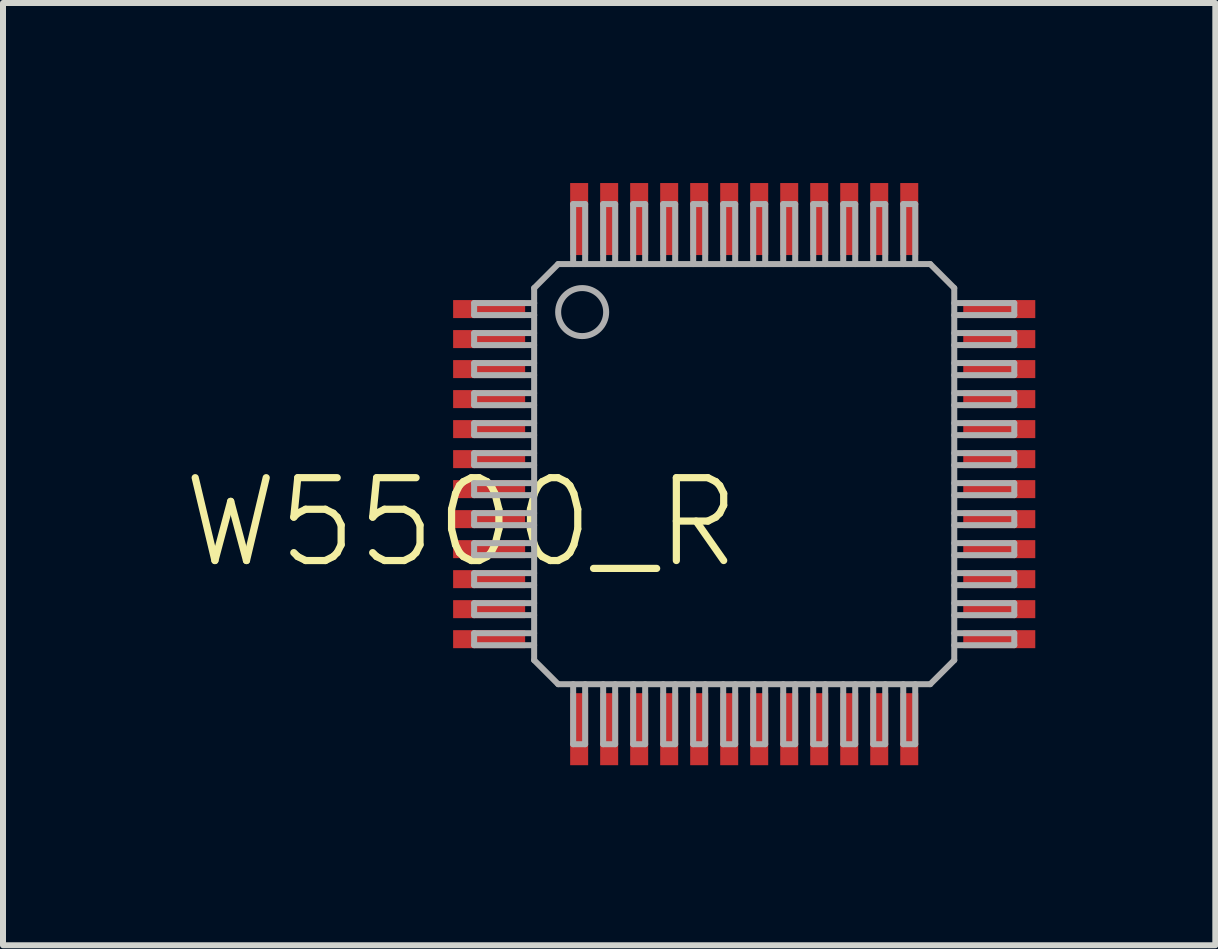
<source format=kicad_pcb>
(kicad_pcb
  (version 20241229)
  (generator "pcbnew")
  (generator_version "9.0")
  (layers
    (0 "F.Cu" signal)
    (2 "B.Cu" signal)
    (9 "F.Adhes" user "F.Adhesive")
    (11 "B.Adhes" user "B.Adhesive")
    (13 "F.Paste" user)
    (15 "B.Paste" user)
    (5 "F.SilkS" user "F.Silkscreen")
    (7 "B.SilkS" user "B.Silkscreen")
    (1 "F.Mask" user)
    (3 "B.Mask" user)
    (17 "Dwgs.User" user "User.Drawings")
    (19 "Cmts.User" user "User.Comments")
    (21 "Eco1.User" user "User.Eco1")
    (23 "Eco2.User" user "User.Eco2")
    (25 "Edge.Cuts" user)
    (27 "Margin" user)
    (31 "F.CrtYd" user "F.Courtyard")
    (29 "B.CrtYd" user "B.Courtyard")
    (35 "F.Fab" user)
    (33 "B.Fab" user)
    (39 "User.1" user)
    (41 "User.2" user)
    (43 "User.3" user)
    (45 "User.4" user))
  (footprint "W5500_R"
    (layer "F.Cu")
    (at 9.35 4.85)
    (property "Reference" "W5500_R" (at 0 0 0) (unlocked yes) (layer "F.SilkS") (effects (font (size 1.38 1.38) (thickness 0.12)) (justify right top)))
    (fp_line (start -4.5 -2.85) (end -4.5 -2.65) (stroke (width 0.1) (type solid)) (layer "F.Fab"))
    (fp_line (start -4.5 -2.65) (end -3.5 -2.65) (stroke (width 0.1) (type solid)) (layer "F.Fab"))
    (fp_line (start -4.5 -2.35) (end -4.5 -2.15) (stroke (width 0.1) (type solid)) (layer "F.Fab"))
    (fp_line (start -4.5 -2.15) (end -3.5 -2.15) (stroke (width 0.1) (type solid)) (layer "F.Fab"))
    (fp_line (start -4.5 -1.85) (end -4.5 -1.65) (stroke (width 0.1) (type solid)) (layer "F.Fab"))
    (fp_line (start -4.5 -1.65) (end -3.5 -1.65) (stroke (width 0.1) (type solid)) (layer "F.Fab"))
    (fp_line (start -4.5 -1.35) (end -4.5 -1.15) (stroke (width 0.1) (type solid)) (layer "F.Fab"))
    (fp_line (start -4.5 -1.15) (end -3.5 -1.15) (stroke (width 0.1) (type solid)) (layer "F.Fab"))
    (fp_line (start -4.5 -0.85) (end -4.5 -0.65) (stroke (width 0.1) (type solid)) (layer "F.Fab"))
    (fp_line (start -4.5 -0.65) (end -3.5 -0.65) (stroke (width 0.1) (type solid)) (layer "F.Fab"))
    (fp_line (start -4.5 -0.35) (end -4.5 -0.15) (stroke (width 0.1) (type solid)) (layer "F.Fab"))
    (fp_line (start -4.5 -0.15) (end -3.5 -0.15) (stroke (width 0.1) (type solid)) (layer "F.Fab"))
    (fp_line (start -4.5 0.15) (end -4.5 0.35) (stroke (width 0.1) (type solid)) (layer "F.Fab"))
    (fp_line (start -4.5 0.35) (end -3.5 0.35) (stroke (width 0.1) (type solid)) (layer "F.Fab"))
    (fp_line (start -4.5 0.65) (end -4.5 0.85) (stroke (width 0.1) (type solid)) (layer "F.Fab"))
    (fp_line (start -4.5 0.85) (end -3.5 0.85) (stroke (width 0.1) (type solid)) (layer "F.Fab"))
    (fp_line (start -4.5 1.15) (end -4.5 1.35) (stroke (width 0.1) (type solid)) (layer "F.Fab"))
    (fp_line (start -4.5 1.35) (end -3.5 1.35) (stroke (width 0.1) (type solid)) (layer "F.Fab"))
    (fp_line (start -4.5 1.65) (end -4.5 1.85) (stroke (width 0.1) (type solid)) (layer "F.Fab"))
    (fp_line (start -4.5 1.85) (end -3.5 1.85) (stroke (width 0.1) (type solid)) (layer "F.Fab"))
    (fp_line (start -4.5 2.15) (end -4.5 2.35) (stroke (width 0.1) (type solid)) (layer "F.Fab"))
    (fp_line (start -4.5 2.35) (end -3.5 2.35) (stroke (width 0.1) (type solid)) (layer "F.Fab"))
    (fp_line (start -4.5 2.65) (end -4.5 2.85) (stroke (width 0.1) (type solid)) (layer "F.Fab"))
    (fp_line (start -4.5 2.85) (end -3.5 2.85) (stroke (width 0.1) (type solid)) (layer "F.Fab"))
    (fp_line (start -3.5 -3.1) (end -3.1 -3.5) (stroke (width 0.1) (type solid)) (layer "F.Fab"))
    (fp_line (start -3.5 -2.85) (end -4.5 -2.85) (stroke (width 0.1) (type solid)) (layer "F.Fab"))
    (fp_line (start -3.5 -2.85) (end -3.5 -3.1) (stroke (width 0.1) (type solid)) (layer "F.Fab"))
    (fp_line (start -3.5 -2.65) (end -3.5 -2.85) (stroke (width 0.1) (type solid)) (layer "F.Fab"))
    (fp_line (start -3.5 -2.35) (end -4.5 -2.35) (stroke (width 0.1) (type solid)) (layer "F.Fab"))
    (fp_line (start -3.5 -1.85) (end -4.5 -1.85) (stroke (width 0.1) (type solid)) (layer "F.Fab"))
    (fp_line (start -3.5 -1.35) (end -4.5 -1.35) (stroke (width 0.1) (type solid)) (layer "F.Fab"))
    (fp_line (start -3.5 -0.85) (end -4.5 -0.85) (stroke (width 0.1) (type solid)) (layer "F.Fab"))
    (fp_line (start -3.5 -0.35) (end -4.5 -0.35) (stroke (width 0.1) (type solid)) (layer "F.Fab"))
    (fp_line (start -3.5 0.15) (end -4.5 0.15) (stroke (width 0.1) (type solid)) (layer "F.Fab"))
    (fp_line (start -3.5 0.65) (end -4.5 0.65) (stroke (width 0.1) (type solid)) (layer "F.Fab"))
    (fp_line (start -3.5 1.15) (end -4.5 1.15) (stroke (width 0.1) (type solid)) (layer "F.Fab"))
    (fp_line (start -3.5 1.65) (end -4.5 1.65) (stroke (width 0.1) (type solid)) (layer "F.Fab"))
    (fp_line (start -3.5 2.15) (end -4.5 2.15) (stroke (width 0.1) (type solid)) (layer "F.Fab"))
    (fp_line (start -3.5 2.65) (end -4.5 2.65) (stroke (width 0.1) (type solid)) (layer "F.Fab"))
    (fp_line (start -3.5 3.1) (end -3.5 -2.65) (stroke (width 0.1) (type solid)) (layer "F.Fab"))
    (fp_line (start -3.1 -3.5) (end 3.1 -3.5) (stroke (width 0.1) (type solid)) (layer "F.Fab"))
    (fp_line (start -3.1 3.5) (end -3.5 3.1) (stroke (width 0.1) (type solid)) (layer "F.Fab"))
    (fp_line (start -2.85 -4.5) (end -2.85 -3.5) (stroke (width 0.1) (type solid)) (layer "F.Fab"))
    (fp_line (start -2.85 3.5) (end -2.85 4.5) (stroke (width 0.1) (type solid)) (layer "F.Fab"))
    (fp_line (start -2.85 4.5) (end -2.65 4.5) (stroke (width 0.1) (type solid)) (layer "F.Fab"))
    (fp_line (start -2.65 -4.5) (end -2.85 -4.5) (stroke (width 0.1) (type solid)) (layer "F.Fab"))
    (fp_line (start -2.65 -3.5) (end -2.65 -4.5) (stroke (width 0.1) (type solid)) (layer "F.Fab"))
    (fp_line (start -2.65 4.5) (end -2.65 3.5) (stroke (width 0.1) (type solid)) (layer "F.Fab"))
    (fp_line (start -2.35 -4.5) (end -2.35 -3.5) (stroke (width 0.1) (type solid)) (layer "F.Fab"))
    (fp_line (start -2.35 3.5) (end -2.35 4.5) (stroke (width 0.1) (type solid)) (layer "F.Fab"))
    (fp_line (start -2.35 4.5) (end -2.15 4.5) (stroke (width 0.1) (type solid)) (layer "F.Fab"))
    (fp_line (start -2.15 -4.5) (end -2.35 -4.5) (stroke (width 0.1) (type solid)) (layer "F.Fab"))
    (fp_line (start -2.15 -3.5) (end -2.15 -4.5) (stroke (width 0.1) (type solid)) (layer "F.Fab"))
    (fp_line (start -2.15 4.5) (end -2.15 3.5) (stroke (width 0.1) (type solid)) (layer "F.Fab"))
    (fp_line (start -1.85 -4.5) (end -1.85 -3.5) (stroke (width 0.1) (type solid)) (layer "F.Fab"))
    (fp_line (start -1.85 3.5) (end -1.85 4.5) (stroke (width 0.1) (type solid)) (layer "F.Fab"))
    (fp_line (start -1.85 4.5) (end -1.65 4.5) (stroke (width 0.1) (type solid)) (layer "F.Fab"))
    (fp_line (start -1.65 -4.5) (end -1.85 -4.5) (stroke (width 0.1) (type solid)) (layer "F.Fab"))
    (fp_line (start -1.65 -3.5) (end -1.65 -4.5) (stroke (width 0.1) (type solid)) (layer "F.Fab"))
    (fp_line (start -1.65 4.5) (end -1.65 3.5) (stroke (width 0.1) (type solid)) (layer "F.Fab"))
    (fp_line (start -1.35 -4.5) (end -1.35 -3.5) (stroke (width 0.1) (type solid)) (layer "F.Fab"))
    (fp_line (start -1.35 3.5) (end -1.35 4.5) (stroke (width 0.1) (type solid)) (layer "F.Fab"))
    (fp_line (start -1.35 4.5) (end -1.15 4.5) (stroke (width 0.1) (type solid)) (layer "F.Fab"))
    (fp_line (start -1.15 -4.5) (end -1.35 -4.5) (stroke (width 0.1) (type solid)) (layer "F.Fab"))
    (fp_line (start -1.15 -3.5) (end -1.15 -4.5) (stroke (width 0.1) (type solid)) (layer "F.Fab"))
    (fp_line (start -1.15 4.5) (end -1.15 3.5) (stroke (width 0.1) (type solid)) (layer "F.Fab"))
    (fp_line (start -0.85 -4.5) (end -0.85 -3.5) (stroke (width 0.1) (type solid)) (layer "F.Fab"))
    (fp_line (start -0.85 3.5) (end -0.85 4.5) (stroke (width 0.1) (type solid)) (layer "F.Fab"))
    (fp_line (start -0.85 4.5) (end -0.65 4.5) (stroke (width 0.1) (type solid)) (layer "F.Fab"))
    (fp_line (start -0.65 -4.5) (end -0.85 -4.5) (stroke (width 0.1) (type solid)) (layer "F.Fab"))
    (fp_line (start -0.65 -3.5) (end -0.65 -4.5) (stroke (width 0.1) (type solid)) (layer "F.Fab"))
    (fp_line (start -0.65 4.5) (end -0.65 3.5) (stroke (width 0.1) (type solid)) (layer "F.Fab"))
    (fp_line (start -0.35 -4.5) (end -0.35 -3.5) (stroke (width 0.1) (type solid)) (layer "F.Fab"))
    (fp_line (start -0.35 3.5) (end -0.35 4.5) (stroke (width 0.1) (type solid)) (layer "F.Fab"))
    (fp_line (start -0.35 4.5) (end -0.15 4.5) (stroke (width 0.1) (type solid)) (layer "F.Fab"))
    (fp_line (start -0.15 -4.5) (end -0.35 -4.5) (stroke (width 0.1) (type solid)) (layer "F.Fab"))
    (fp_line (start -0.15 -3.5) (end -0.15 -4.5) (stroke (width 0.1) (type solid)) (layer "F.Fab"))
    (fp_line (start -0.15 4.5) (end -0.15 3.5) (stroke (width 0.1) (type solid)) (layer "F.Fab"))
    (fp_line (start 0.15 -4.5) (end 0.15 -3.5) (stroke (width 0.1) (type solid)) (layer "F.Fab"))
    (fp_line (start 0.15 3.5) (end 0.15 4.5) (stroke (width 0.1) (type solid)) (layer "F.Fab"))
    (fp_line (start 0.15 4.5) (end 0.35 4.5) (stroke (width 0.1) (type solid)) (layer "F.Fab"))
    (fp_line (start 0.35 -4.5) (end 0.15 -4.5) (stroke (width 0.1) (type solid)) (layer "F.Fab"))
    (fp_line (start 0.35 -3.5) (end 0.35 -4.5) (stroke (width 0.1) (type solid)) (layer "F.Fab"))
    (fp_line (start 0.35 4.5) (end 0.35 3.5) (stroke (width 0.1) (type solid)) (layer "F.Fab"))
    (fp_line (start 0.65 -4.5) (end 0.65 -3.5) (stroke (width 0.1) (type solid)) (layer "F.Fab"))
    (fp_line (start 0.65 3.5) (end 0.65 4.5) (stroke (width 0.1) (type solid)) (layer "F.Fab"))
    (fp_line (start 0.65 4.5) (end 0.85 4.5) (stroke (width 0.1) (type solid)) (layer "F.Fab"))
    (fp_line (start 0.85 -4.5) (end 0.65 -4.5) (stroke (width 0.1) (type solid)) (layer "F.Fab"))
    (fp_line (start 0.85 -3.5) (end 0.85 -4.5) (stroke (width 0.1) (type solid)) (layer "F.Fab"))
    (fp_line (start 0.85 4.5) (end 0.85 3.5) (stroke (width 0.1) (type solid)) (layer "F.Fab"))
    (fp_line (start 1.15 -4.5) (end 1.15 -3.5) (stroke (width 0.1) (type solid)) (layer "F.Fab"))
    (fp_line (start 1.15 3.5) (end 1.15 4.5) (stroke (width 0.1) (type solid)) (layer "F.Fab"))
    (fp_line (start 1.15 4.5) (end 1.35 4.5) (stroke (width 0.1) (type solid)) (layer "F.Fab"))
    (fp_line (start 1.35 -4.5) (end 1.15 -4.5) (stroke (width 0.1) (type solid)) (layer "F.Fab"))
    (fp_line (start 1.35 -3.5) (end 1.35 -4.5) (stroke (width 0.1) (type solid)) (layer "F.Fab"))
    (fp_line (start 1.35 4.5) (end 1.35 3.5) (stroke (width 0.1) (type solid)) (layer "F.Fab"))
    (fp_line (start 1.65 -4.5) (end 1.65 -3.5) (stroke (width 0.1) (type solid)) (layer "F.Fab"))
    (fp_line (start 1.65 3.5) (end 1.65 4.5) (stroke (width 0.1) (type solid)) (layer "F.Fab"))
    (fp_line (start 1.65 4.5) (end 1.85 4.5) (stroke (width 0.1) (type solid)) (layer "F.Fab"))
    (fp_line (start 1.85 -4.5) (end 1.65 -4.5) (stroke (width 0.1) (type solid)) (layer "F.Fab"))
    (fp_line (start 1.85 -3.5) (end 1.85 -4.5) (stroke (width 0.1) (type solid)) (layer "F.Fab"))
    (fp_line (start 1.85 4.5) (end 1.85 3.5) (stroke (width 0.1) (type solid)) (layer "F.Fab"))
    (fp_line (start 2.15 -4.5) (end 2.15 -3.5) (stroke (width 0.1) (type solid)) (layer "F.Fab"))
    (fp_line (start 2.15 3.5) (end 2.15 4.5) (stroke (width 0.1) (type solid)) (layer "F.Fab"))
    (fp_line (start 2.15 4.5) (end 2.35 4.5) (stroke (width 0.1) (type solid)) (layer "F.Fab"))
    (fp_line (start 2.35 -4.5) (end 2.15 -4.5) (stroke (width 0.1) (type solid)) (layer "F.Fab"))
    (fp_line (start 2.35 -3.5) (end 2.35 -4.5) (stroke (width 0.1) (type solid)) (layer "F.Fab"))
    (fp_line (start 2.35 4.5) (end 2.35 3.5) (stroke (width 0.1) (type solid)) (layer "F.Fab"))
    (fp_line (start 2.65 -4.5) (end 2.65 -3.5) (stroke (width 0.1) (type solid)) (layer "F.Fab"))
    (fp_line (start 2.65 3.5) (end 2.65 4.5) (stroke (width 0.1) (type solid)) (layer "F.Fab"))
    (fp_line (start 2.65 4.5) (end 2.85 4.5) (stroke (width 0.1) (type solid)) (layer "F.Fab"))
    (fp_line (start 2.85 -4.5) (end 2.65 -4.5) (stroke (width 0.1) (type solid)) (layer "F.Fab"))
    (fp_line (start 2.85 -3.5) (end 2.85 -4.5) (stroke (width 0.1) (type solid)) (layer "F.Fab"))
    (fp_line (start 2.85 4.5) (end 2.85 3.5) (stroke (width 0.1) (type solid)) (layer "F.Fab"))
    (fp_line (start 3.1 3.5) (end -3.1 3.5) (stroke (width 0.1) (type solid)) (layer "F.Fab"))
    (fp_line (start 3.5 -3.1) (end 3.1 -3.5) (stroke (width 0.1) (type solid)) (layer "F.Fab"))
    (fp_line (start 3.5 -3.1) (end 3.5 3.1) (stroke (width 0.1) (type solid)) (layer "F.Fab"))
    (fp_line (start 3.5 -2.65) (end 4.5 -2.65) (stroke (width 0.1) (type solid)) (layer "F.Fab"))
    (fp_line (start 3.5 -2.15) (end 4.5 -2.15) (stroke (width 0.1) (type solid)) (layer "F.Fab"))
    (fp_line (start 3.5 -1.65) (end 4.5 -1.65) (stroke (width 0.1) (type solid)) (layer "F.Fab"))
    (fp_line (start 3.5 -1.15) (end 4.5 -1.15) (stroke (width 0.1) (type solid)) (layer "F.Fab"))
    (fp_line (start 3.5 -0.65) (end 4.5 -0.65) (stroke (width 0.1) (type solid)) (layer "F.Fab"))
    (fp_line (start 3.5 -0.15) (end 4.5 -0.15) (stroke (width 0.1) (type solid)) (layer "F.Fab"))
    (fp_line (start 3.5 0.35) (end 4.5 0.35) (stroke (width 0.1) (type solid)) (layer "F.Fab"))
    (fp_line (start 3.5 0.85) (end 4.5 0.85) (stroke (width 0.1) (type solid)) (layer "F.Fab"))
    (fp_line (start 3.5 1.35) (end 4.5 1.35) (stroke (width 0.1) (type solid)) (layer "F.Fab"))
    (fp_line (start 3.5 1.85) (end 4.5 1.85) (stroke (width 0.1) (type solid)) (layer "F.Fab"))
    (fp_line (start 3.5 2.35) (end 4.5 2.35) (stroke (width 0.1) (type solid)) (layer "F.Fab"))
    (fp_line (start 3.5 2.85) (end 4.5 2.85) (stroke (width 0.1) (type solid)) (layer "F.Fab"))
    (fp_line (start 3.5 3.1) (end 3.1 3.5) (stroke (width 0.1) (type solid)) (layer "F.Fab"))
    (fp_line (start 4.5 -2.85) (end 3.5 -2.85) (stroke (width 0.1) (type solid)) (layer "F.Fab"))
    (fp_line (start 4.5 -2.65) (end 4.5 -2.85) (stroke (width 0.1) (type solid)) (layer "F.Fab"))
    (fp_line (start 4.5 -2.35) (end 3.5 -2.35) (stroke (width 0.1) (type solid)) (layer "F.Fab"))
    (fp_line (start 4.5 -2.15) (end 4.5 -2.35) (stroke (width 0.1) (type solid)) (layer "F.Fab"))
    (fp_line (start 4.5 -1.85) (end 3.5 -1.85) (stroke (width 0.1) (type solid)) (layer "F.Fab"))
    (fp_line (start 4.5 -1.65) (end 4.5 -1.85) (stroke (width 0.1) (type solid)) (layer "F.Fab"))
    (fp_line (start 4.5 -1.35) (end 3.5 -1.35) (stroke (width 0.1) (type solid)) (layer "F.Fab"))
    (fp_line (start 4.5 -1.15) (end 4.5 -1.35) (stroke (width 0.1) (type solid)) (layer "F.Fab"))
    (fp_line (start 4.5 -0.85) (end 3.5 -0.85) (stroke (width 0.1) (type solid)) (layer "F.Fab"))
    (fp_line (start 4.5 -0.65) (end 4.5 -0.85) (stroke (width 0.1) (type solid)) (layer "F.Fab"))
    (fp_line (start 4.5 -0.35) (end 3.5 -0.35) (stroke (width 0.1) (type solid)) (layer "F.Fab"))
    (fp_line (start 4.5 -0.15) (end 4.5 -0.35) (stroke (width 0.1) (type solid)) (layer "F.Fab"))
    (fp_line (start 4.5 0.15) (end 3.5 0.15) (stroke (width 0.1) (type solid)) (layer "F.Fab"))
    (fp_line (start 4.5 0.35) (end 4.5 0.15) (stroke (width 0.1) (type solid)) (layer "F.Fab"))
    (fp_line (start 4.5 0.65) (end 3.5 0.65) (stroke (width 0.1) (type solid)) (layer "F.Fab"))
    (fp_line (start 4.5 0.85) (end 4.5 0.65) (stroke (width 0.1) (type solid)) (layer "F.Fab"))
    (fp_line (start 4.5 1.15) (end 3.5 1.15) (stroke (width 0.1) (type solid)) (layer "F.Fab"))
    (fp_line (start 4.5 1.35) (end 4.5 1.15) (stroke (width 0.1) (type solid)) (layer "F.Fab"))
    (fp_line (start 4.5 1.65) (end 3.5 1.65) (stroke (width 0.1) (type solid)) (layer "F.Fab"))
    (fp_line (start 4.5 1.85) (end 4.5 1.65) (stroke (width 0.1) (type solid)) (layer "F.Fab"))
    (fp_line (start 4.5 2.15) (end 3.5 2.15) (stroke (width 0.1) (type solid)) (layer "F.Fab"))
    (fp_line (start 4.5 2.35) (end 4.5 2.15) (stroke (width 0.1) (type solid)) (layer "F.Fab"))
    (fp_line (start 4.5 2.65) (end 3.5 2.65) (stroke (width 0.1) (type solid)) (layer "F.Fab"))
    (fp_line (start 4.5 2.85) (end 4.5 2.65) (stroke (width 0.1) (type solid)) (layer "F.Fab"))
    (fp_circle (center -2.7 -2.7) (end -2.3 -2.7) (stroke (width 0.1) (type solid)) (fill no) (layer "F.Fab"))
    (pad "1" smd rect (at -4.25 -2.75 270) (size 0.3 1.2) (layers "F.Cu" "F.Mask" "F.Paste"))
    (pad "2" smd rect (at -4.25 -2.25 270) (size 0.3 1.2) (layers "F.Cu" "F.Mask" "F.Paste"))
    (pad "3" smd rect (at -4.25 -1.75 270) (size 0.3 1.2) (layers "F.Cu" "F.Mask" "F.Paste"))
    (pad "4" smd rect (at -4.25 -1.25 270) (size 0.3 1.2) (layers "F.Cu" "F.Mask" "F.Paste"))
    (pad "5" smd rect (at -4.25 -0.75 270) (size 0.3 1.2) (layers "F.Cu" "F.Mask" "F.Paste"))
    (pad "6" smd rect (at -4.25 -0.25 270) (size 0.3 1.2) (layers "F.Cu" "F.Mask" "F.Paste"))
    (pad "7" smd rect (at -4.25 0.25 270) (size 0.3 1.2) (layers "F.Cu" "F.Mask" "F.Paste"))
    (pad "8" smd rect (at -4.25 0.75 270) (size 0.3 1.2) (layers "F.Cu" "F.Mask" "F.Paste"))
    (pad "9" smd rect (at -4.25 1.25 270) (size 0.3 1.2) (layers "F.Cu" "F.Mask" "F.Paste"))
    (pad "10" smd rect (at -4.25 1.75 270) (size 0.3 1.2) (layers "F.Cu" "F.Mask" "F.Paste"))
    (pad "11" smd rect (at -4.25 2.25 270) (size 0.3 1.2) (layers "F.Cu" "F.Mask" "F.Paste"))
    (pad "12" smd rect (at -4.25 2.75 270) (size 0.3 1.2) (layers "F.Cu" "F.Mask" "F.Paste"))
    (pad "13" smd rect (at -2.75 4.25 270) (size 1.2 0.3) (layers "F.Cu" "F.Mask" "F.Paste"))
    (pad "14" smd rect (at -2.25 4.25 270) (size 1.2 0.3) (layers "F.Cu" "F.Mask" "F.Paste"))
    (pad "15" smd rect (at -1.75 4.25 270) (size 1.2 0.3) (layers "F.Cu" "F.Mask" "F.Paste"))
    (pad "16" smd rect (at -1.25 4.25 270) (size 1.2 0.3) (layers "F.Cu" "F.Mask" "F.Paste"))
    (pad "17" smd rect (at -0.75 4.25 270) (size 1.2 0.3) (layers "F.Cu" "F.Mask" "F.Paste"))
    (pad "18" smd rect (at -0.25 4.25 270) (size 1.2 0.3) (layers "F.Cu" "F.Mask" "F.Paste"))
    (pad "19" smd rect (at 0.25 4.25 270) (size 1.2 0.3) (layers "F.Cu" "F.Mask" "F.Paste"))
    (pad "20" smd rect (at 0.75 4.25 270) (size 1.2 0.3) (layers "F.Cu" "F.Mask" "F.Paste"))
    (pad "21" smd rect (at 1.25 4.25 270) (size 1.2 0.3) (layers "F.Cu" "F.Mask" "F.Paste"))
    (pad "22" smd rect (at 1.75 4.25 270) (size 1.2 0.3) (layers "F.Cu" "F.Mask" "F.Paste"))
    (pad "23" smd rect (at 2.25 4.25 270) (size 1.2 0.3) (layers "F.Cu" "F.Mask" "F.Paste"))
    (pad "24" smd rect (at 2.75 4.25 270) (size 1.2 0.3) (layers "F.Cu" "F.Mask" "F.Paste"))
    (pad "25" smd rect (at 4.25 2.75 270) (size 0.3 1.2) (layers "F.Cu" "F.Mask" "F.Paste"))
    (pad "26" smd rect (at 4.25 2.25 270) (size 0.3 1.2) (layers "F.Cu" "F.Mask" "F.Paste"))
    (pad "27" smd rect (at 4.25 1.75 270) (size 0.3 1.2) (layers "F.Cu" "F.Mask" "F.Paste"))
    (pad "28" smd rect (at 4.25 1.25 270) (size 0.3 1.2) (layers "F.Cu" "F.Mask" "F.Paste"))
    (pad "29" smd rect (at 4.25 0.75 270) (size 0.3 1.2) (layers "F.Cu" "F.Mask" "F.Paste"))
    (pad "30" smd rect (at 4.25 0.25 270) (size 0.3 1.2) (layers "F.Cu" "F.Mask" "F.Paste"))
    (pad "31" smd rect (at 4.25 -0.25 270) (size 0.3 1.2) (layers "F.Cu" "F.Mask" "F.Paste"))
    (pad "32" smd rect (at 4.25 -0.75 270) (size 0.3 1.2) (layers "F.Cu" "F.Mask" "F.Paste"))
    (pad "33" smd rect (at 4.25 -1.25 270) (size 0.3 1.2) (layers "F.Cu" "F.Mask" "F.Paste"))
    (pad "34" smd rect (at 4.25 -1.75 270) (size 0.3 1.2) (layers "F.Cu" "F.Mask" "F.Paste"))
    (pad "35" smd rect (at 4.25 -2.25 270) (size 0.3 1.2) (layers "F.Cu" "F.Mask" "F.Paste"))
    (pad "36" smd rect (at 4.25 -2.75 270) (size 0.3 1.2) (layers "F.Cu" "F.Mask" "F.Paste"))
    (pad "37" smd rect (at 2.75 -4.25 270) (size 1.2 0.3) (layers "F.Cu" "F.Mask" "F.Paste"))
    (pad "38" smd rect (at 2.25 -4.25 270) (size 1.2 0.3) (layers "F.Cu" "F.Mask" "F.Paste"))
    (pad "39" smd rect (at 1.75 -4.25 270) (size 1.2 0.3) (layers "F.Cu" "F.Mask" "F.Paste"))
    (pad "40" smd rect (at 1.25 -4.25 270) (size 1.2 0.3) (layers "F.Cu" "F.Mask" "F.Paste"))
    (pad "41" smd rect (at 0.75 -4.25 270) (size 1.2 0.3) (layers "F.Cu" "F.Mask" "F.Paste"))
    (pad "42" smd rect (at 0.25 -4.25 270) (size 1.2 0.3) (layers "F.Cu" "F.Mask" "F.Paste"))
    (pad "43" smd rect (at -0.25 -4.25 270) (size 1.2 0.3) (layers "F.Cu" "F.Mask" "F.Paste"))
    (pad "44" smd rect (at -0.75 -4.25 270) (size 1.2 0.3) (layers "F.Cu" "F.Mask" "F.Paste"))
    (pad "45" smd rect (at -1.25 -4.25 270) (size 1.2 0.3) (layers "F.Cu" "F.Mask" "F.Paste"))
    (pad "46" smd rect (at -1.75 -4.25 270) (size 1.2 0.3) (layers "F.Cu" "F.Mask" "F.Paste"))
    (pad "47" smd rect (at -2.25 -4.25 270) (size 1.2 0.3) (layers "F.Cu" "F.Mask" "F.Paste"))
    (pad "48" smd rect (at -2.75 -4.25 270) (size 1.2 0.3) (layers "F.Cu" "F.Mask" "F.Paste")))
  (gr_rect
    (start -3 -3)
    (end 17.2 12.7)
    (stroke (width 0.1) (type default))
    (fill no)
    (layer "Edge.Cuts")))
</source>
